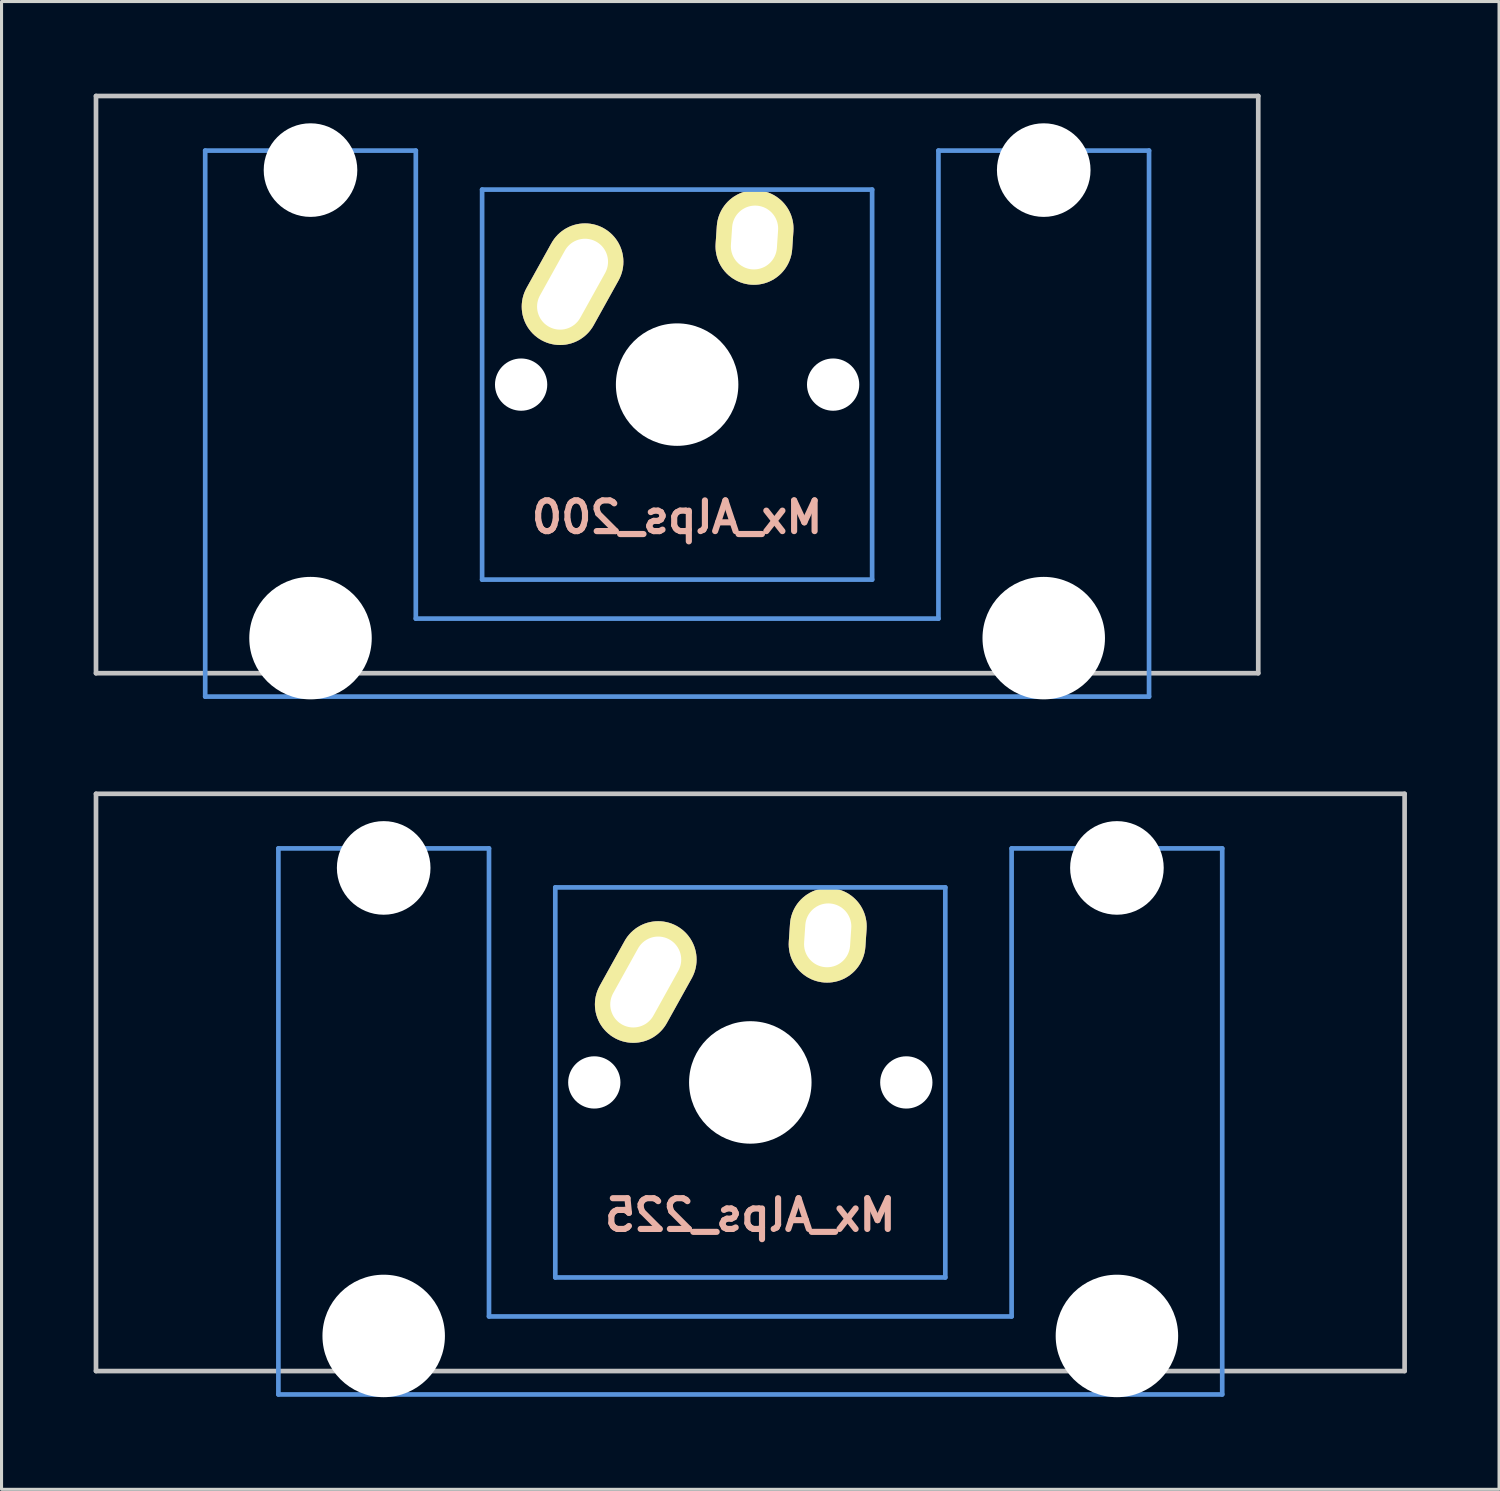
<source format=kicad_pcb>
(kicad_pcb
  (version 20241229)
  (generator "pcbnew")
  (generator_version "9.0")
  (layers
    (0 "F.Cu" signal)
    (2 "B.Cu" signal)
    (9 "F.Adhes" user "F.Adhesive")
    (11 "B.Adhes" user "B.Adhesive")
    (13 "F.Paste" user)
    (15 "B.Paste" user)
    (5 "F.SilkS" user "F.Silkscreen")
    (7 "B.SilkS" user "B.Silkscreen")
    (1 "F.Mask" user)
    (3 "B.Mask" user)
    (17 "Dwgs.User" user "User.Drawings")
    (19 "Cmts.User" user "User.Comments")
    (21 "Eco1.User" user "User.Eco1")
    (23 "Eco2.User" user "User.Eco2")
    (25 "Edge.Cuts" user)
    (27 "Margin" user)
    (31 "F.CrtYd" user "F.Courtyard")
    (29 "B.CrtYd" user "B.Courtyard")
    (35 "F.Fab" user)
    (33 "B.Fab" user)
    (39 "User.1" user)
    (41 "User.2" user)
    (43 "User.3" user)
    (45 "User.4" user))
  (footprint "Mx_Alps_225"
    (layer "F.Cu")
    (at 21.382 32.197)
    (property "Reference" "Mx_Alps_225" (at 0 4.318 0) (layer "B.SilkS") (effects (font (size 1 1) (thickness 0.2)) (justify mirror)))
    (attr through_hole)
    (fp_line (start -21.306 -9.398) (end 21.306 -9.398) (stroke (width 0.152) (type solid)) (layer "Dwgs.User"))
    (fp_line (start -21.306 9.398) (end -21.306 -9.398) (stroke (width 0.152) (type solid)) (layer "Dwgs.User"))
    (fp_line (start 21.306 -9.398) (end 21.306 9.398) (stroke (width 0.152) (type solid)) (layer "Dwgs.User"))
    (fp_line (start 21.306 9.398) (end -21.306 9.398) (stroke (width 0.152) (type solid)) (layer "Dwgs.User"))
    (fp_line (start -15.367 -7.62) (end -15.367 10.16) (stroke (width 0.152) (type solid)) (layer "Cmts.User"))
    (fp_line (start -15.367 10.16) (end 15.367 10.16) (stroke (width 0.152) (type solid)) (layer "Cmts.User"))
    (fp_line (start -8.509 -7.62) (end -15.367 -7.62) (stroke (width 0.152) (type solid)) (layer "Cmts.User"))
    (fp_line (start -8.509 7.62) (end -8.509 -7.62) (stroke (width 0.152) (type solid)) (layer "Cmts.User"))
    (fp_line (start -6.35 -6.35) (end 6.35 -6.35) (stroke (width 0.152) (type solid)) (layer "Cmts.User"))
    (fp_line (start -6.35 6.35) (end -6.35 -6.35) (stroke (width 0.152) (type solid)) (layer "Cmts.User"))
    (fp_line (start 6.35 -6.35) (end 6.35 6.35) (stroke (width 0.152) (type solid)) (layer "Cmts.User"))
    (fp_line (start 6.35 6.35) (end -6.35 6.35) (stroke (width 0.152) (type solid)) (layer "Cmts.User"))
    (fp_line (start 8.509 -7.62) (end 8.509 7.62) (stroke (width 0.152) (type solid)) (layer "Cmts.User"))
    (fp_line (start 8.509 7.62) (end -8.509 7.62) (stroke (width 0.152) (type solid)) (layer "Cmts.User"))
    (fp_line (start 15.367 -7.62) (end 8.509 -7.62) (stroke (width 0.152) (type solid)) (layer "Cmts.User"))
    (fp_line (start 15.367 10.16) (end 15.367 -7.62) (stroke (width 0.152) (type solid)) (layer "Cmts.User"))
    (fp_line (start -16.129 -2.286) (end -15.265 -2.286) (stroke (width 0.152) (type solid)) (layer "Eco2.User"))
    (fp_line (start -16.129 0.508) (end -16.129 -2.286) (stroke (width 0.152) (type solid)) (layer "Eco2.User"))
    (fp_line (start -15.265 -5.69) (end -8.611 -5.69) (stroke (width 0.152) (type solid)) (layer "Eco2.User"))
    (fp_line (start -15.265 -2.286) (end -15.265 -5.69) (stroke (width 0.152) (type solid)) (layer "Eco2.User"))
    (fp_line (start -15.265 0.508) (end -16.129 0.508) (stroke (width 0.152) (type solid)) (layer "Eco2.User"))
    (fp_line (start -15.265 6.604) (end -15.265 0.508) (stroke (width 0.152) (type solid)) (layer "Eco2.User"))
    (fp_line (start -14.224 6.604) (end -15.265 6.604) (stroke (width 0.152) (type solid)) (layer "Eco2.User"))
    (fp_line (start -14.224 7.772) (end -14.224 6.604) (stroke (width 0.152) (type solid)) (layer "Eco2.User"))
    (fp_line (start -9.652 6.604) (end -9.652 7.772) (stroke (width 0.152) (type solid)) (layer "Eco2.User"))
    (fp_line (start -9.652 7.772) (end -14.224 7.772) (stroke (width 0.152) (type solid)) (layer "Eco2.User"))
    (fp_line (start -8.611 -5.69) (end -8.611 -4.877) (stroke (width 0.152) (type solid)) (layer "Eco2.User"))
    (fp_line (start -8.611 -4.877) (end -6.985 -4.877) (stroke (width 0.152) (type solid)) (layer "Eco2.User"))
    (fp_line (start -8.611 5.817) (end -8.611 6.604) (stroke (width 0.152) (type solid)) (layer "Eco2.User"))
    (fp_line (start -8.611 6.604) (end -9.652 6.604) (stroke (width 0.152) (type solid)) (layer "Eco2.User"))
    (fp_line (start -6.985 -6.985) (end 6.985 -6.985) (stroke (width 0.152) (type solid)) (layer "Eco2.User"))
    (fp_line (start -6.985 -4.877) (end -6.985 -6.985) (stroke (width 0.152) (type solid)) (layer "Eco2.User"))
    (fp_line (start -6.985 5.817) (end -8.611 5.817) (stroke (width 0.152) (type solid)) (layer "Eco2.User"))
    (fp_line (start -6.985 6.985) (end -6.985 5.817) (stroke (width 0.152) (type solid)) (layer "Eco2.User"))
    (fp_line (start 6.985 -6.985) (end 6.985 -4.877) (stroke (width 0.152) (type solid)) (layer "Eco2.User"))
    (fp_line (start 6.985 -4.877) (end 8.611 -4.877) (stroke (width 0.152) (type solid)) (layer "Eco2.User"))
    (fp_line (start 6.985 5.817) (end 6.985 6.985) (stroke (width 0.152) (type solid)) (layer "Eco2.User"))
    (fp_line (start 6.985 6.985) (end -6.985 6.985) (stroke (width 0.152) (type solid)) (layer "Eco2.User"))
    (fp_line (start 8.611 -5.69) (end 15.265 -5.69) (stroke (width 0.152) (type solid)) (layer "Eco2.User"))
    (fp_line (start 8.611 -4.877) (end 8.611 -5.69) (stroke (width 0.152) (type solid)) (layer "Eco2.User"))
    (fp_line (start 8.611 5.817) (end 6.985 5.817) (stroke (width 0.152) (type solid)) (layer "Eco2.User"))
    (fp_line (start 8.611 6.604) (end 8.611 5.817) (stroke (width 0.152) (type solid)) (layer "Eco2.User"))
    (fp_line (start 9.652 6.604) (end 8.611 6.604) (stroke (width 0.152) (type solid)) (layer "Eco2.User"))
    (fp_line (start 9.652 7.772) (end 9.652 6.604) (stroke (width 0.152) (type solid)) (layer "Eco2.User"))
    (fp_line (start 14.224 6.604) (end 14.224 7.772) (stroke (width 0.152) (type solid)) (layer "Eco2.User"))
    (fp_line (start 14.224 7.772) (end 9.652 7.772) (stroke (width 0.152) (type solid)) (layer "Eco2.User"))
    (fp_line (start 15.265 -5.69) (end 15.265 -2.286) (stroke (width 0.152) (type solid)) (layer "Eco2.User"))
    (fp_line (start 15.265 -2.286) (end 16.129 -2.286) (stroke (width 0.152) (type solid)) (layer "Eco2.User"))
    (fp_line (start 15.265 0.508) (end 15.265 6.604) (stroke (width 0.152) (type solid)) (layer "Eco2.User"))
    (fp_line (start 15.265 6.604) (end 14.224 6.604) (stroke (width 0.152) (type solid)) (layer "Eco2.User"))
    (fp_line (start 16.129 -2.286) (end 16.129 0.508) (stroke (width 0.152) (type solid)) (layer "Eco2.User"))
    (fp_line (start 16.129 0.508) (end 15.265 0.508) (stroke (width 0.152) (type solid)) (layer "Eco2.User"))
    (pad "" np_thru_hole circle (at -11.938 -6.985) (size 3.048 3.048) (drill 3.048) (layers "*.Cu"))
    (pad "" np_thru_hole circle (at -11.938 8.255) (size 3.988 3.988) (drill 3.988) (layers "*.Cu"))
    (pad "" np_thru_hole circle (at -5.08 0) (size 1.702 1.702) (drill 1.702) (layers "*.Cu"))
    (pad "" np_thru_hole circle (at 0 0) (size 3.988 3.988) (drill 3.988) (layers "*.Cu"))
    (pad "" np_thru_hole circle (at 5.08 0) (size 1.702 1.702) (drill 1.702) (layers "*.Cu"))
    (pad "" np_thru_hole circle (at 11.938 -6.985) (size 3.048 3.048) (drill 3.048) (layers "*.Cu"))
    (pad "" np_thru_hole circle (at 11.938 8.255) (size 3.988 3.988) (drill 3.988) (layers "*.Cu"))
    (pad "1" thru_hole oval (at -3.405 -3.27 330.95) (size 2.5 4.17) (drill oval 1.5 3.17) (layers "*.Cu" "*.Mask" "F.SilkS"))
    (pad "2" thru_hole oval (at 2.52 -4.79 356.1) (size 2.5 3.08) (drill oval 1.5 2.08) (layers "*.Cu" "*.Mask" "F.SilkS")))
  (footprint "Mx_Alps_200"
    (layer "F.Cu")
    (at 18.999 9.474)
    (property "Reference" "Mx_Alps_200" (at 0 4.318 0) (layer "B.SilkS") (effects (font (size 1 1) (thickness 0.2)) (justify mirror)))
    (attr through_hole)
    (fp_line (start -18.923 -9.398) (end 18.923 -9.398) (stroke (width 0.152) (type solid)) (layer "Dwgs.User"))
    (fp_line (start -18.923 9.398) (end -18.923 -9.398) (stroke (width 0.152) (type solid)) (layer "Dwgs.User"))
    (fp_line (start 18.923 -9.398) (end 18.923 9.398) (stroke (width 0.152) (type solid)) (layer "Dwgs.User"))
    (fp_line (start 18.923 9.398) (end -18.923 9.398) (stroke (width 0.152) (type solid)) (layer "Dwgs.User"))
    (fp_line (start -15.367 -7.62) (end -15.367 10.16) (stroke (width 0.152) (type solid)) (layer "Cmts.User"))
    (fp_line (start -15.367 10.16) (end 15.367 10.16) (stroke (width 0.152) (type solid)) (layer "Cmts.User"))
    (fp_line (start -8.509 -7.62) (end -15.367 -7.62) (stroke (width 0.152) (type solid)) (layer "Cmts.User"))
    (fp_line (start -8.509 7.62) (end -8.509 -7.62) (stroke (width 0.152) (type solid)) (layer "Cmts.User"))
    (fp_line (start -6.35 -6.35) (end 6.35 -6.35) (stroke (width 0.152) (type solid)) (layer "Cmts.User"))
    (fp_line (start -6.35 6.35) (end -6.35 -6.35) (stroke (width 0.152) (type solid)) (layer "Cmts.User"))
    (fp_line (start 6.35 -6.35) (end 6.35 6.35) (stroke (width 0.152) (type solid)) (layer "Cmts.User"))
    (fp_line (start 6.35 6.35) (end -6.35 6.35) (stroke (width 0.152) (type solid)) (layer "Cmts.User"))
    (fp_line (start 8.509 -7.62) (end 8.509 7.62) (stroke (width 0.152) (type solid)) (layer "Cmts.User"))
    (fp_line (start 8.509 7.62) (end -8.509 7.62) (stroke (width 0.152) (type solid)) (layer "Cmts.User"))
    (fp_line (start 15.367 -7.62) (end 8.509 -7.62) (stroke (width 0.152) (type solid)) (layer "Cmts.User"))
    (fp_line (start 15.367 10.16) (end 15.367 -7.62) (stroke (width 0.152) (type solid)) (layer "Cmts.User"))
    (fp_line (start -16.129 -2.286) (end -15.265 -2.286) (stroke (width 0.152) (type solid)) (layer "Eco2.User"))
    (fp_line (start -16.129 0.508) (end -16.129 -2.286) (stroke (width 0.152) (type solid)) (layer "Eco2.User"))
    (fp_line (start -15.265 -5.69) (end -8.611 -5.69) (stroke (width 0.152) (type solid)) (layer "Eco2.User"))
    (fp_line (start -15.265 -2.286) (end -15.265 -5.69) (stroke (width 0.152) (type solid)) (layer "Eco2.User"))
    (fp_line (start -15.265 0.508) (end -16.129 0.508) (stroke (width 0.152) (type solid)) (layer "Eco2.User"))
    (fp_line (start -15.265 6.604) (end -15.265 0.508) (stroke (width 0.152) (type solid)) (layer "Eco2.User"))
    (fp_line (start -14.224 6.604) (end -15.265 6.604) (stroke (width 0.152) (type solid)) (layer "Eco2.User"))
    (fp_line (start -14.224 7.772) (end -14.224 6.604) (stroke (width 0.152) (type solid)) (layer "Eco2.User"))
    (fp_line (start -9.652 6.604) (end -9.652 7.772) (stroke (width 0.152) (type solid)) (layer "Eco2.User"))
    (fp_line (start -9.652 7.772) (end -14.224 7.772) (stroke (width 0.152) (type solid)) (layer "Eco2.User"))
    (fp_line (start -8.611 -5.69) (end -8.611 -4.877) (stroke (width 0.152) (type solid)) (layer "Eco2.User"))
    (fp_line (start -8.611 -4.877) (end -6.985 -4.877) (stroke (width 0.152) (type solid)) (layer "Eco2.User"))
    (fp_line (start -8.611 5.817) (end -8.611 6.604) (stroke (width 0.152) (type solid)) (layer "Eco2.User"))
    (fp_line (start -8.611 6.604) (end -9.652 6.604) (stroke (width 0.152) (type solid)) (layer "Eco2.User"))
    (fp_line (start -6.985 -6.985) (end 6.985 -6.985) (stroke (width 0.152) (type solid)) (layer "Eco2.User"))
    (fp_line (start -6.985 -4.877) (end -6.985 -6.985) (stroke (width 0.152) (type solid)) (layer "Eco2.User"))
    (fp_line (start -6.985 5.817) (end -8.611 5.817) (stroke (width 0.152) (type solid)) (layer "Eco2.User"))
    (fp_line (start -6.985 6.985) (end -6.985 5.817) (stroke (width 0.152) (type solid)) (layer "Eco2.User"))
    (fp_line (start 6.985 -6.985) (end 6.985 -4.877) (stroke (width 0.152) (type solid)) (layer "Eco2.User"))
    (fp_line (start 6.985 -4.877) (end 8.611 -4.877) (stroke (width 0.152) (type solid)) (layer "Eco2.User"))
    (fp_line (start 6.985 5.817) (end 6.985 6.985) (stroke (width 0.152) (type solid)) (layer "Eco2.User"))
    (fp_line (start 6.985 6.985) (end -6.985 6.985) (stroke (width 0.152) (type solid)) (layer "Eco2.User"))
    (fp_line (start 8.611 -5.69) (end 15.265 -5.69) (stroke (width 0.152) (type solid)) (layer "Eco2.User"))
    (fp_line (start 8.611 -4.877) (end 8.611 -5.69) (stroke (width 0.152) (type solid)) (layer "Eco2.User"))
    (fp_line (start 8.611 5.817) (end 6.985 5.817) (stroke (width 0.152) (type solid)) (layer "Eco2.User"))
    (fp_line (start 8.611 6.604) (end 8.611 5.817) (stroke (width 0.152) (type solid)) (layer "Eco2.User"))
    (fp_line (start 9.652 6.604) (end 8.611 6.604) (stroke (width 0.152) (type solid)) (layer "Eco2.User"))
    (fp_line (start 9.652 7.772) (end 9.652 6.604) (stroke (width 0.152) (type solid)) (layer "Eco2.User"))
    (fp_line (start 14.224 6.604) (end 14.224 7.772) (stroke (width 0.152) (type solid)) (layer "Eco2.User"))
    (fp_line (start 14.224 7.772) (end 9.652 7.772) (stroke (width 0.152) (type solid)) (layer "Eco2.User"))
    (fp_line (start 15.265 -5.69) (end 15.265 -2.286) (stroke (width 0.152) (type solid)) (layer "Eco2.User"))
    (fp_line (start 15.265 -2.286) (end 16.129 -2.286) (stroke (width 0.152) (type solid)) (layer "Eco2.User"))
    (fp_line (start 15.265 0.508) (end 15.265 6.604) (stroke (width 0.152) (type solid)) (layer "Eco2.User"))
    (fp_line (start 15.265 6.604) (end 14.224 6.604) (stroke (width 0.152) (type solid)) (layer "Eco2.User"))
    (fp_line (start 16.129 -2.286) (end 16.129 0.508) (stroke (width 0.152) (type solid)) (layer "Eco2.User"))
    (fp_line (start 16.129 0.508) (end 15.265 0.508) (stroke (width 0.152) (type solid)) (layer "Eco2.User"))
    (pad "" np_thru_hole circle (at -11.938 -6.985) (size 3.048 3.048) (drill 3.048) (layers "*.Cu"))
    (pad "" np_thru_hole circle (at -11.938 8.255) (size 3.988 3.988) (drill 3.988) (layers "*.Cu"))
    (pad "" np_thru_hole circle (at -5.08 0) (size 1.702 1.702) (drill 1.702) (layers "*.Cu"))
    (pad "" np_thru_hole circle (at 0 0) (size 3.988 3.988) (drill 3.988) (layers "*.Cu"))
    (pad "" np_thru_hole circle (at 5.08 0) (size 1.702 1.702) (drill 1.702) (layers "*.Cu"))
    (pad "" np_thru_hole circle (at 11.938 -6.985) (size 3.048 3.048) (drill 3.048) (layers "*.Cu"))
    (pad "" np_thru_hole circle (at 11.938 8.255) (size 3.988 3.988) (drill 3.988) (layers "*.Cu"))
    (pad "1" thru_hole oval (at -3.405 -3.27 330.95) (size 2.5 4.17) (drill oval 1.5 3.17) (layers "*.Cu" "*.Mask" "F.SilkS"))
    (pad "2" thru_hole oval (at 2.52 -4.79 356.1) (size 2.5 3.08) (drill oval 1.5 2.08) (layers "*.Cu" "*.Mask" "F.SilkS")))
  (gr_rect
    (start -3 -3)
    (end 45.763 45.446)
    (stroke (width 0.1) (type default))
    (fill no)
    (layer "Edge.Cuts")))
</source>
